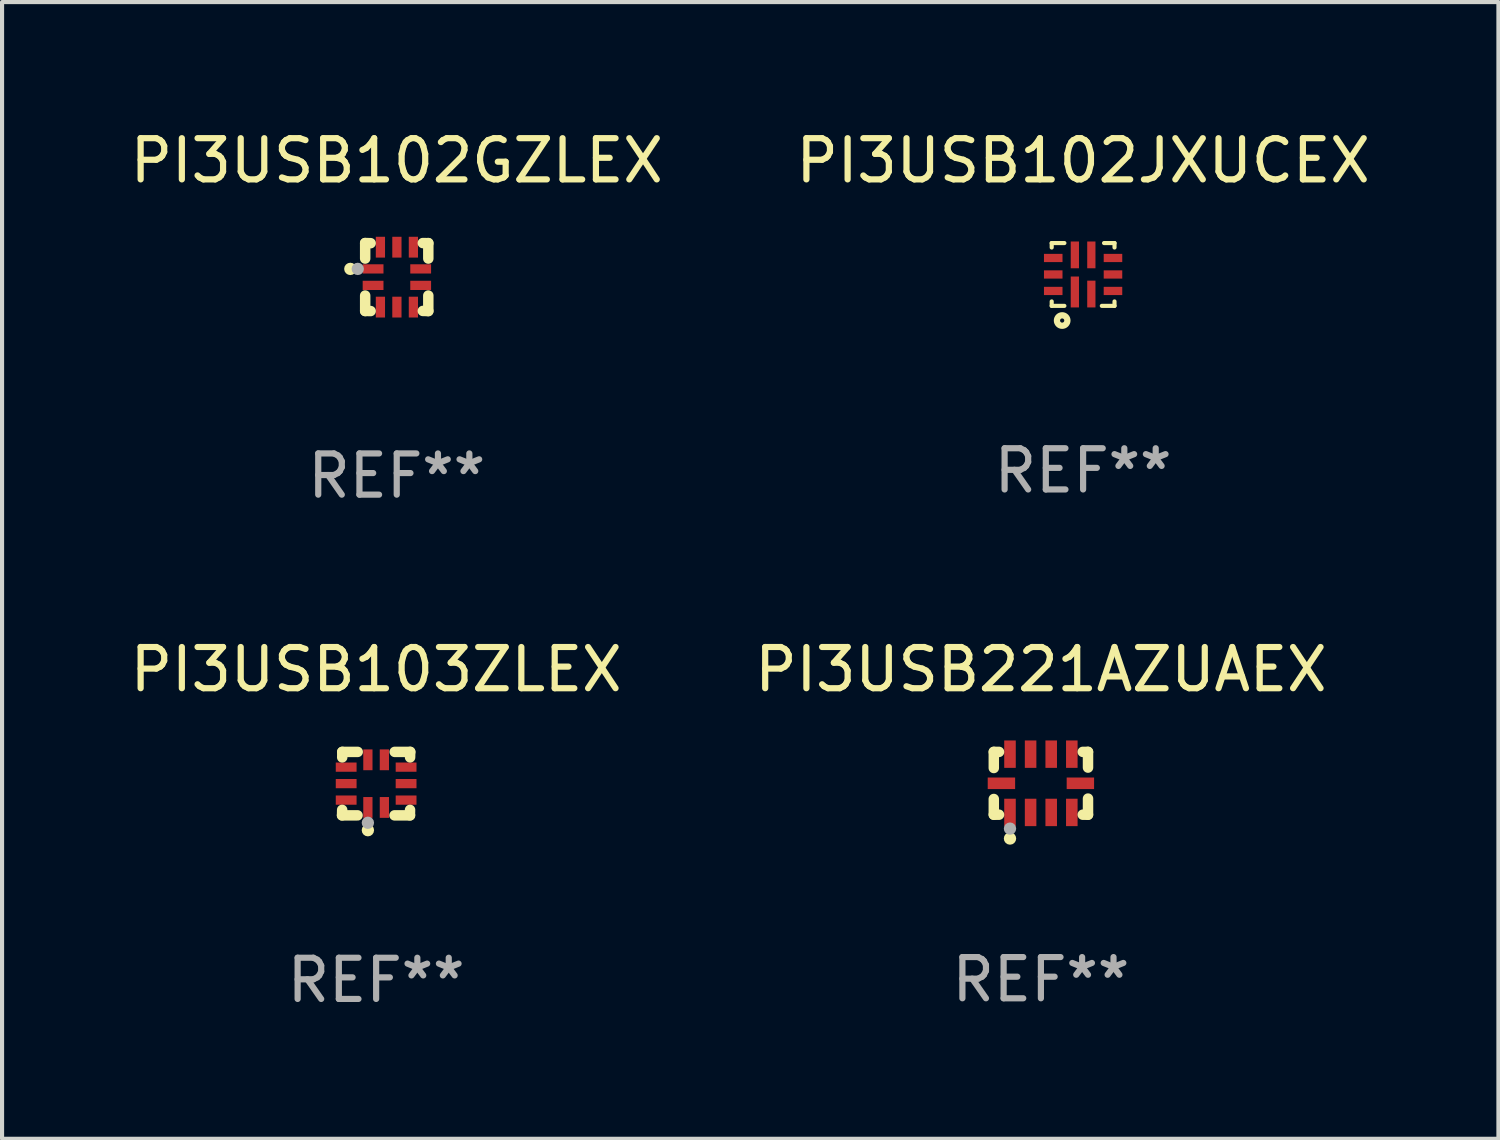
<source format=kicad_pcb>
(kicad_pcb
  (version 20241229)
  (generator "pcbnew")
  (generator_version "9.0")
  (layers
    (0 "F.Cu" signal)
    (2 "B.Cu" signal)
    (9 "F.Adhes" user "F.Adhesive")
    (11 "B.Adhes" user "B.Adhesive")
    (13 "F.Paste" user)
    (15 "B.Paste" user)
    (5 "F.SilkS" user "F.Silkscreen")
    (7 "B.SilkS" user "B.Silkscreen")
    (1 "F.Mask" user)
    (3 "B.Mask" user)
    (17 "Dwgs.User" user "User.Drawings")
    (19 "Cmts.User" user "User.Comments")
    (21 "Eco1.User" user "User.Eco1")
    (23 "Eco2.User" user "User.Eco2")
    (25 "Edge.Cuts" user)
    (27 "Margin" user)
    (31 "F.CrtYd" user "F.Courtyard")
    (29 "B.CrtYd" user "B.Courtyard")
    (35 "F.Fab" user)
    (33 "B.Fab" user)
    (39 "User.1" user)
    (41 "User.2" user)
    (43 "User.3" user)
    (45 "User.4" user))
  (footprint "PI3USB102JXUCEX"
    (layer "F.Cu")
    (at 23.232 3.61)
    (property "Reference" "PI3USB102JXUCEX" (at 0 -2.762 0) (layer "F.SilkS") (effects (font (size 1 1) (thickness 0.15))))
    (attr through_hole)
    (fp_line (start -0.762 -0.762) (end -0.762 -0.654) (stroke (width 0.1) (type solid)) (layer "F.SilkS"))
    (fp_line (start -0.762 -0.762) (end -0.454 -0.762) (stroke (width 0.1) (type solid)) (layer "F.SilkS"))
    (fp_line (start -0.762 0.654) (end -0.762 0.762) (stroke (width 0.1) (type solid)) (layer "F.SilkS"))
    (fp_line (start -0.762 0.762) (end -0.454 0.762) (stroke (width 0.1) (type solid)) (layer "F.SilkS"))
    (fp_line (start 0.454 0.762) (end 0.762 0.762) (stroke (width 0.1) (type solid)) (layer "F.SilkS"))
    (fp_line (start 0.508 -0.762) (end 0.762 -0.762) (stroke (width 0.1) (type solid)) (layer "F.SilkS"))
    (fp_line (start 0.762 -0.762) (end 0.762 -0.654) (stroke (width 0.1) (type solid)) (layer "F.SilkS"))
    (fp_line (start 0.762 0.762) (end 0.762 0.654) (stroke (width 0.1) (type solid)) (layer "F.SilkS"))
    (fp_circle (center -0.508 1.118) (end -0.381 1.118) (stroke (width 0.152) (type solid)) (fill no) (layer "F.SilkS"))
    (fp_text user "REF**" (at 0 4.762 0) (layer "F.Fab") (effects (font (size 1 1) (thickness 0.15))))
    (pad "1" smd rect (at -0.2 0.425) (size 0.2 0.75) (layers "F.Cu" "F.Mask" "F.Paste"))
    (pad "2" smd rect (at 0.2 0.475) (size 0.2 0.65) (layers "F.Cu" "F.Mask" "F.Paste"))
    (pad "3" smd rect (at 0.725 0.4 90) (size 0.2 0.45) (layers "F.Cu" "F.Mask" "F.Paste"))
    (pad "4" smd rect (at 0.725 0 90) (size 0.2 0.45) (layers "F.Cu" "F.Mask" "F.Paste"))
    (pad "5" smd rect (at 0.725 -0.4 90) (size 0.2 0.45) (layers "F.Cu" "F.Mask" "F.Paste"))
    (pad "6" smd rect (at 0.2 -0.475 180) (size 0.2 0.65) (layers "F.Cu" "F.Mask" "F.Paste"))
    (pad "7" smd rect (at -0.2 -0.475 180) (size 0.2 0.65) (layers "F.Cu" "F.Mask" "F.Paste"))
    (pad "8" smd rect (at -0.725 -0.4 270) (size 0.2 0.45) (layers "F.Cu" "F.Mask" "F.Paste"))
    (pad "9" smd rect (at -0.725 0 270) (size 0.2 0.45) (layers "F.Cu" "F.Mask" "F.Paste"))
    (pad "10" smd rect (at -0.725 0.4 270) (size 0.2 0.45) (layers "F.Cu" "F.Mask" "F.Paste")))
  (footprint "PI3USB103ZLEX"
    (layer "F.Cu")
    (at 6.077 15.965)
    (property "Reference" "PI3USB103ZLEX" (at 0 -2.77 0) (layer "F.SilkS") (effects (font (size 1 1) (thickness 0.15))))
    (attr through_hole)
    (fp_line (start -0.827 0.77) (end -0.824 0.637) (stroke (width 0.254) (type solid)) (layer "F.SilkS"))
    (fp_line (start -0.827 0.77) (end -0.451 0.77) (stroke (width 0.254) (type solid)) (layer "F.SilkS"))
    (fp_line (start -0.82 -0.77) (end -0.823 -0.637) (stroke (width 0.254) (type solid)) (layer "F.SilkS"))
    (fp_line (start -0.447 -0.77) (end -0.823 -0.77) (stroke (width 0.254) (type solid)) (layer "F.SilkS"))
    (fp_line (start 0.447 0.77) (end 0.823 0.77) (stroke (width 0.254) (type solid)) (layer "F.SilkS"))
    (fp_line (start 0.82 0.77) (end 0.823 0.637) (stroke (width 0.254) (type solid)) (layer "F.SilkS"))
    (fp_line (start 0.827 -0.77) (end 0.451 -0.77) (stroke (width 0.254) (type solid)) (layer "F.SilkS"))
    (fp_line (start 0.827 -0.77) (end 0.824 -0.637) (stroke (width 0.254) (type solid)) (layer "F.SilkS"))
    (fp_circle (center -0.8 0.65) (end -0.77 0.65) (stroke (width 0.06) (type solid)) (fill no) (layer "F.SilkS"))
    (fp_circle (center -0.2 1.13) (end -0.125 1.13) (stroke (width 0.15) (type solid)) (fill no) (layer "F.SilkS"))
    (fp_circle (center -0.2 0.95) (end -0.125 0.95) (stroke (width 0.15) (type solid)) (fill no) (layer "F.Fab"))
    (fp_text user "REF**" (at 0 4.77 0) (layer "F.Fab") (effects (font (size 1 1) (thickness 0.15))))
    (pad "1" smd rect (at -0.2 0.578 90) (size 0.505 0.224) (layers "F.Cu" "F.Mask" "F.Paste"))
    (pad "2" smd rect (at 0.2 0.578 90) (size 0.505 0.224) (layers "F.Cu" "F.Mask" "F.Paste"))
    (pad "3" smd rect (at 0.727 0.4 90) (size 0.224 0.505) (layers "F.Cu" "F.Mask" "F.Paste"))
    (pad "4" smd rect (at 0.727 0 90) (size 0.224 0.505) (layers "F.Cu" "F.Mask" "F.Paste"))
    (pad "5" smd rect (at 0.727 -0.4 90) (size 0.224 0.505) (layers "F.Cu" "F.Mask" "F.Paste"))
    (pad "6" smd rect (at 0.2 -0.578 90) (size 0.505 0.224) (layers "F.Cu" "F.Mask" "F.Paste"))
    (pad "7" smd rect (at -0.2 -0.578 90) (size 0.505 0.224) (layers "F.Cu" "F.Mask" "F.Paste"))
    (pad "8" smd rect (at -0.727 -0.4 90) (size 0.224 0.505) (layers "F.Cu" "F.Mask" "F.Paste"))
    (pad "9" smd rect (at -0.727 0 90) (size 0.224 0.505) (layers "F.Cu" "F.Mask" "F.Paste"))
    (pad "10" smd rect (at -0.727 0.4 90) (size 0.224 0.505) (layers "F.Cu" "F.Mask" "F.Paste")))
  (footprint "PI3USB221AZUAEX"
    (layer "F.Cu")
    (at 22.208 15.957)
    (property "Reference" "PI3USB221AZUAEX" (at 0 -2.762 0) (layer "F.SilkS") (effects (font (size 1 1) (thickness 0.15))))
    (attr through_hole)
    (fp_line (start -1.143 -0.762) (end -1.143 -0.371) (stroke (width 0.254) (type solid)) (layer "F.SilkS"))
    (fp_line (start -1.143 -0.762) (end -1.016 -0.762) (stroke (width 0.254) (type solid)) (layer "F.SilkS"))
    (fp_line (start -1.143 0.762) (end -1.143 0.381) (stroke (width 0.254) (type solid)) (layer "F.SilkS"))
    (fp_line (start -1.143 0.762) (end -1.016 0.762) (stroke (width 0.254) (type solid)) (layer "F.SilkS"))
    (fp_line (start 1.143 -0.762) (end 1.016 -0.762) (stroke (width 0.254) (type solid)) (layer "F.SilkS"))
    (fp_line (start 1.143 -0.762) (end 1.143 -0.381) (stroke (width 0.254) (type solid)) (layer "F.SilkS"))
    (fp_line (start 1.143 0.762) (end 1.016 0.762) (stroke (width 0.254) (type solid)) (layer "F.SilkS"))
    (fp_line (start 1.143 0.762) (end 1.143 0.371) (stroke (width 0.254) (type solid)) (layer "F.SilkS"))
    (fp_circle (center -1.05 0.8) (end -1.02 0.8) (stroke (width 0.06) (type solid)) (fill no) (layer "F.SilkS"))
    (fp_circle (center -0.75 1.34) (end -0.675 1.34) (stroke (width 0.15) (type solid)) (fill no) (layer "F.SilkS"))
    (fp_circle (center -0.75 1.1) (end -0.675 1.1) (stroke (width 0.15) (type solid)) (fill no) (layer "F.Fab"))
    (fp_text user "REF**" (at 0 4.762 0) (layer "F.Fab") (effects (font (size 1 1) (thickness 0.15))))
    (pad "1" smd rect (at -0.75 0.707) (size 0.28 0.665) (layers "F.Cu" "F.Mask" "F.Paste"))
    (pad "2" smd rect (at -0.25 0.707) (size 0.28 0.665) (layers "F.Cu" "F.Mask" "F.Paste"))
    (pad "3" smd rect (at 0.25 0.707) (size 0.28 0.665) (layers "F.Cu" "F.Mask" "F.Paste"))
    (pad "4" smd rect (at 0.75 0.707) (size 0.28 0.665) (layers "F.Cu" "F.Mask" "F.Paste"))
    (pad "5" smd rect (at 0.958 -0.000013) (size 0.665 0.28) (layers "F.Cu" "F.Mask" "F.Paste"))
    (pad "6" smd rect (at 0.75 -0.707) (size 0.28 0.665) (layers "F.Cu" "F.Mask" "F.Paste"))
    (pad "7" smd rect (at 0.25 -0.707) (size 0.28 0.665) (layers "F.Cu" "F.Mask" "F.Paste"))
    (pad "8" smd rect (at -0.25 -0.707) (size 0.28 0.665) (layers "F.Cu" "F.Mask" "F.Paste"))
    (pad "9" smd rect (at -0.75 -0.707) (size 0.28 0.665) (layers "F.Cu" "F.Mask" "F.Paste"))
    (pad "10" smd rect (at -0.958 -0.000013) (size 0.665 0.28) (layers "F.Cu" "F.Mask" "F.Paste")))
  (footprint "PI3USB102GZLEX"
    (layer "F.Cu")
    (at 6.577 3.673)
    (property "Reference" "PI3USB102GZLEX" (at 0 -2.825 0) (layer "F.SilkS") (effects (font (size 1 1) (thickness 0.15))))
    (attr through_hole)
    (fp_line (start -0.766 -0.825) (end -0.766 -0.449) (stroke (width 0.254) (type solid)) (layer "F.SilkS"))
    (fp_line (start -0.766 -0.825) (end -0.633 -0.822) (stroke (width 0.254) (type solid)) (layer "F.SilkS"))
    (fp_line (start -0.766 0.449) (end -0.766 0.825) (stroke (width 0.254) (type solid)) (layer "F.SilkS"))
    (fp_line (start -0.766 0.822) (end -0.633 0.825) (stroke (width 0.254) (type solid)) (layer "F.SilkS"))
    (fp_line (start 0.766 -0.825) (end 0.766 -0.449) (stroke (width 0.254) (type solid)) (layer "F.SilkS"))
    (fp_line (start 0.766 -0.822) (end 0.633 -0.825) (stroke (width 0.254) (type solid)) (layer "F.SilkS"))
    (fp_line (start 0.766 0.449) (end 0.766 0.825) (stroke (width 0.254) (type solid)) (layer "F.SilkS"))
    (fp_line (start 0.766 0.825) (end 0.633 0.822) (stroke (width 0.254) (type solid)) (layer "F.SilkS"))
    (fp_circle (center -1.126 -0.198) (end -1.051 -0.198) (stroke (width 0.15) (type solid)) (fill no) (layer "F.SilkS"))
    (fp_circle (center -0.646 -0.798) (end -0.616 -0.798) (stroke (width 0.06) (type solid)) (fill no) (layer "F.SilkS"))
    (fp_circle (center -0.946 -0.198) (end -0.871 -0.198) (stroke (width 0.15) (type solid)) (fill no) (layer "F.Fab"))
    (fp_text user "REF**" (at 0 4.825 0) (layer "F.Fab") (effects (font (size 1 1) (thickness 0.15))))
    (pad "1" smd rect (at -0.574 -0.198) (size 0.505 0.224) (layers "F.Cu" "F.Mask" "F.Paste"))
    (pad "2" smd rect (at -0.574 0.202) (size 0.505 0.224) (layers "F.Cu" "F.Mask" "F.Paste"))
    (pad "3" smd rect (at -0.396 0.729) (size 0.224 0.505) (layers "F.Cu" "F.Mask" "F.Paste"))
    (pad "4" smd rect (at 0.004 0.729) (size 0.224 0.505) (layers "F.Cu" "F.Mask" "F.Paste"))
    (pad "5" smd rect (at 0.404 0.729) (size 0.224 0.505) (layers "F.Cu" "F.Mask" "F.Paste"))
    (pad "6" smd rect (at 0.581 0.202) (size 0.505 0.224) (layers "F.Cu" "F.Mask" "F.Paste"))
    (pad "7" smd rect (at 0.581 -0.198) (size 0.505 0.224) (layers "F.Cu" "F.Mask" "F.Paste"))
    (pad "8" smd rect (at 0.404 -0.725) (size 0.224 0.505) (layers "F.Cu" "F.Mask" "F.Paste"))
    (pad "9" smd rect (at 0.004 -0.725) (size 0.224 0.505) (layers "F.Cu" "F.Mask" "F.Paste"))
    (pad "10" smd rect (at -0.396 -0.725) (size 0.224 0.505) (layers "F.Cu" "F.Mask" "F.Paste")))
  (gr_rect
    (start -3 -3)
    (end 33.31 24.583)
    (stroke (width 0.1) (type default))
    (fill no)
    (layer "Edge.Cuts")))
</source>
